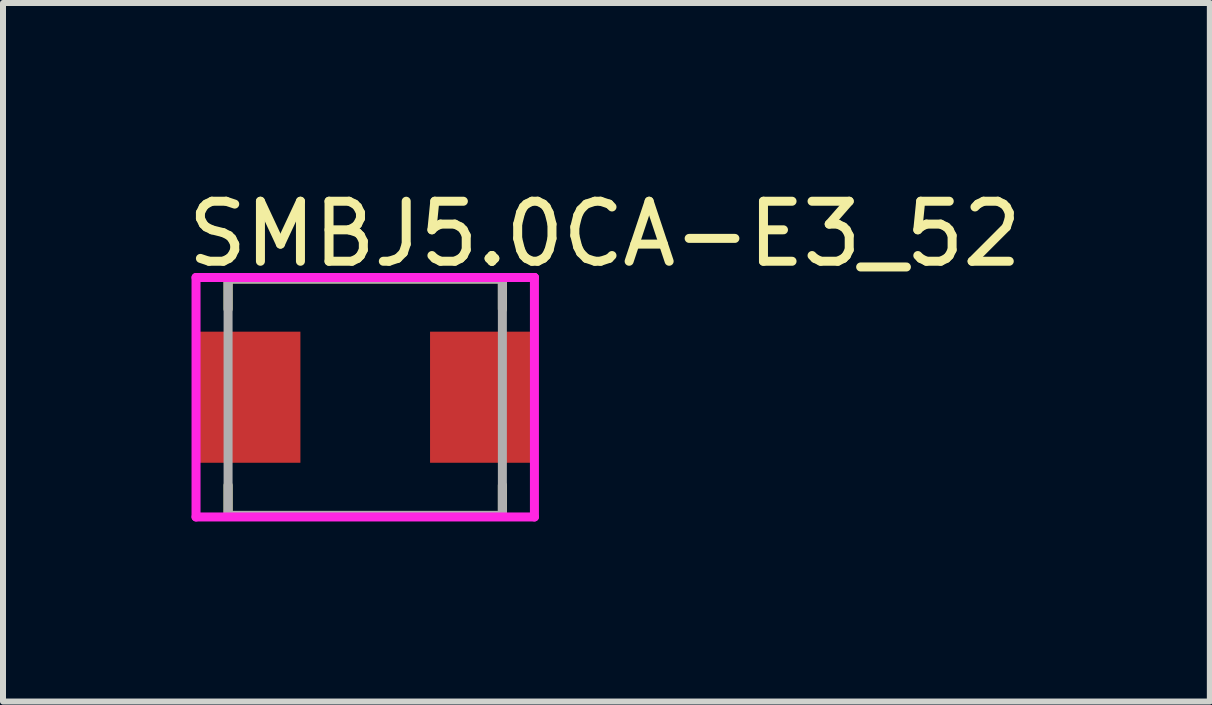
<source format=kicad_pcb>
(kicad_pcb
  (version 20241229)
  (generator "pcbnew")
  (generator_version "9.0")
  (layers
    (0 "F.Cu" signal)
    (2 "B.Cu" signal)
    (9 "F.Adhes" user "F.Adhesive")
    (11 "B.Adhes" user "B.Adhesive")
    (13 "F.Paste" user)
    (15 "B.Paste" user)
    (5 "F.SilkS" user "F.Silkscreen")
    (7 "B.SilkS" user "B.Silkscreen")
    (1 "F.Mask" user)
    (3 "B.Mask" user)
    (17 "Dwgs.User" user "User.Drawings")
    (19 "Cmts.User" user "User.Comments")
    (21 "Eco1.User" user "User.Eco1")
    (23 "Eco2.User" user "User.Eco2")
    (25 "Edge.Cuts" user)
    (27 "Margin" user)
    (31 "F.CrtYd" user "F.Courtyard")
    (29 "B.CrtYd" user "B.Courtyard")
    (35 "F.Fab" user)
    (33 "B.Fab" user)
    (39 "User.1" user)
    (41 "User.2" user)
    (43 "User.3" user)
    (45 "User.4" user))
  (footprint "SMBJ5.0CA-E3_52"
    (layer "F.Cu")
    (at 3.035 3.568)
    (property "Reference" "SMBJ5.0CA-E3_52" (at -3.035 -2.72 0) (layer "F.SilkS") (effects (font (size 1 1) (thickness 0.15)) (justify left)))
    (attr through_hole)
    (fp_line (start -2.285 -1.97) (end 2.285 -1.97) (stroke (width 0.15) (type solid)) (layer "F.SilkS"))
    (fp_line (start -2.285 -1.467) (end -2.285 -1.97) (stroke (width 0.15) (type solid)) (layer "F.SilkS"))
    (fp_line (start -2.285 1.97) (end -2.285 1.467) (stroke (width 0.15) (type solid)) (layer "F.SilkS"))
    (fp_line (start -2.285 1.97) (end 2.285 1.97) (stroke (width 0.15) (type solid)) (layer "F.SilkS"))
    (fp_line (start 2.285 -1.467) (end 2.285 -1.97) (stroke (width 0.15) (type solid)) (layer "F.SilkS"))
    (fp_line (start 2.285 1.97) (end 2.285 1.467) (stroke (width 0.15) (type solid)) (layer "F.SilkS"))
    (fp_line (start -2.819 -1.995) (end -2.819 1.995) (stroke (width 0.15) (type solid)) (layer "F.CrtYd"))
    (fp_line (start -2.819 1.995) (end 2.819 1.995) (stroke (width 0.15) (type solid)) (layer "F.CrtYd"))
    (fp_line (start 2.819 -1.995) (end -2.819 -1.995) (stroke (width 0.15) (type solid)) (layer "F.CrtYd"))
    (fp_line (start 2.819 -1.995) (end 2.819 -1.995) (stroke (width 0.15) (type solid)) (layer "F.CrtYd"))
    (fp_line (start 2.819 1.995) (end 2.819 -1.995) (stroke (width 0.15) (type solid)) (layer "F.CrtYd"))
    (fp_line (start -2.285 -1.97) (end 2.285 -1.97) (stroke (width 0.15) (type solid)) (layer "F.Fab"))
    (fp_line (start -2.285 1.97) (end -2.285 -1.97) (stroke (width 0.15) (type solid)) (layer "F.Fab"))
    (fp_line (start 2.285 -1.97) (end 2.285 1.97) (stroke (width 0.15) (type solid)) (layer "F.Fab"))
    (fp_line (start 2.285 1.97) (end -2.285 1.97) (stroke (width 0.15) (type solid)) (layer "F.Fab"))
    (pad "1" smd rect (at -1.937 0) (size 1.714 2.184) (layers "F.Cu" "F.Mask" "F.Paste"))
    (pad "2" smd rect (at 1.937 0) (size 1.714 2.184) (layers "F.Cu" "F.Mask" "F.Paste")))
  (gr_rect
    (start -3 -3)
    (end 17.107 8.638)
    (stroke (width 0.1) (type default))
    (fill no)
    (layer "Edge.Cuts")))
</source>
